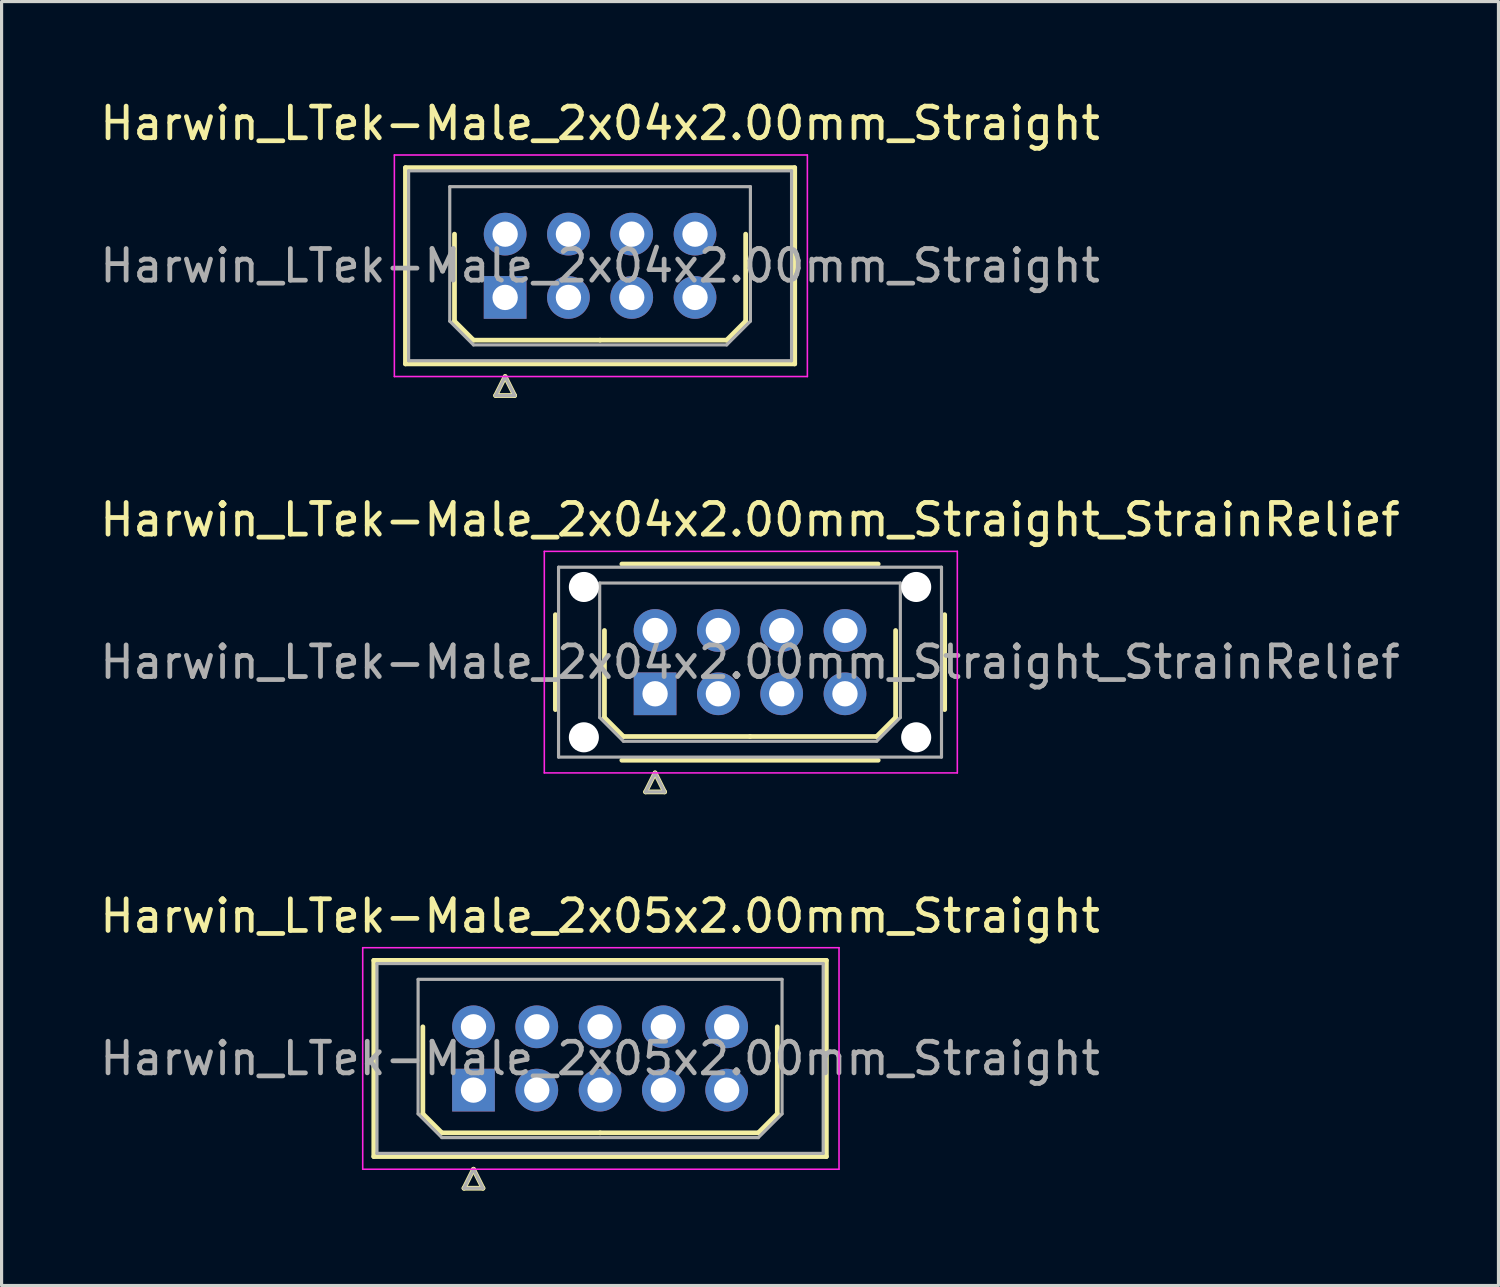
<source format=kicad_pcb>
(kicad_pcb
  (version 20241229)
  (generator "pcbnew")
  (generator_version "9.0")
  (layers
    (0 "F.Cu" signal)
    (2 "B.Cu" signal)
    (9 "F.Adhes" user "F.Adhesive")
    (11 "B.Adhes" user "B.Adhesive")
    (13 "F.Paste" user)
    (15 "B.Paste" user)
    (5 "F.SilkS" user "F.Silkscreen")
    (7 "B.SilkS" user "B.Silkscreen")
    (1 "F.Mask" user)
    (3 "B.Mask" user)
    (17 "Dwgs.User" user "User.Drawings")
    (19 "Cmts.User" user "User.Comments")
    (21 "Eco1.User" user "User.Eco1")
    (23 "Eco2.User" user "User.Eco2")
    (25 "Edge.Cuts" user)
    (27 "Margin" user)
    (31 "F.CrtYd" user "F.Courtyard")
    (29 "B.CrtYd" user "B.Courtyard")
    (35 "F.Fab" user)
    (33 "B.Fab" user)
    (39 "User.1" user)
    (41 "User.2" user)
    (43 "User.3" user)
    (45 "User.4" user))
  (footprint "Harwin_LTek-Male_2x04x2.00mm_Straight"
    (layer "F.Cu")
    (at 12.911 6.348)
    (property "Reference" "Harwin_LTek-Male_2x04x2.00mm_Straight" (at 3 -5.5 0) (layer "F.SilkS") (effects (font (size 1 1) (thickness 0.15))))
    (attr through_hole)
    (fp_line (start -3.15 -4.1) (end -3.15 2.1) (stroke (width 0.15) (type solid)) (layer "F.SilkS"))
    (fp_line (start -3.15 2.1) (end 9.15 2.1) (stroke (width 0.15) (type solid)) (layer "F.SilkS"))
    (fp_line (start -1.6 -2) (end -1.6 0.75) (stroke (width 0.15) (type solid)) (layer "F.SilkS"))
    (fp_line (start -1.6 0.75) (end -1 1.35) (stroke (width 0.15) (type solid)) (layer "F.SilkS"))
    (fp_line (start -1 1.35) (end 3 1.35) (stroke (width 0.15) (type solid)) (layer "F.SilkS"))
    (fp_line (start -0.3 3.1) (end 0.3 3.1) (stroke (width 0.15) (type solid)) (layer "F.SilkS"))
    (fp_line (start 0 2.5) (end -0.3 3.1) (stroke (width 0.15) (type solid)) (layer "F.SilkS"))
    (fp_line (start 0.3 3.1) (end 0 2.5) (stroke (width 0.15) (type solid)) (layer "F.SilkS"))
    (fp_line (start 7 1.35) (end 3 1.35) (stroke (width 0.15) (type solid)) (layer "F.SilkS"))
    (fp_line (start 7.6 -2) (end 7.6 0.75) (stroke (width 0.15) (type solid)) (layer "F.SilkS"))
    (fp_line (start 7.6 0.75) (end 7 1.35) (stroke (width 0.15) (type solid)) (layer "F.SilkS"))
    (fp_line (start 9.15 -4.1) (end -3.15 -4.1) (stroke (width 0.15) (type solid)) (layer "F.SilkS"))
    (fp_line (start 9.15 2.1) (end 9.15 -4.1) (stroke (width 0.15) (type solid)) (layer "F.SilkS"))
    (fp_line (start -3.5 -4.5) (end -3.5 2.5) (stroke (width 0.05) (type solid)) (layer "F.CrtYd"))
    (fp_line (start -3.5 2.5) (end 9.55 2.5) (stroke (width 0.05) (type solid)) (layer "F.CrtYd"))
    (fp_line (start 9.55 -4.5) (end -3.5 -4.5) (stroke (width 0.05) (type solid)) (layer "F.CrtYd"))
    (fp_line (start 9.55 2.5) (end 9.55 -4.5) (stroke (width 0.05) (type solid)) (layer "F.CrtYd"))
    (fp_line (start -3.05 -4) (end -3.05 2) (stroke (width 0.1) (type solid)) (layer "F.Fab"))
    (fp_line (start -3.05 2) (end 9.05 2) (stroke (width 0.1) (type solid)) (layer "F.Fab"))
    (fp_line (start -1.75 -3.5) (end 7.75 -3.5) (stroke (width 0.1) (type solid)) (layer "F.Fab"))
    (fp_line (start -1.75 0.75) (end -1.75 -3.5) (stroke (width 0.1) (type solid)) (layer "F.Fab"))
    (fp_line (start -1 1.5) (end -1.75 0.75) (stroke (width 0.1) (type solid)) (layer "F.Fab"))
    (fp_line (start -0.3 3.1) (end 0.3 3.1) (stroke (width 0.1) (type solid)) (layer "F.Fab"))
    (fp_line (start 0 2.5) (end -0.3 3.1) (stroke (width 0.1) (type solid)) (layer "F.Fab"))
    (fp_line (start 0.3 3.1) (end 0 2.5) (stroke (width 0.1) (type solid)) (layer "F.Fab"))
    (fp_line (start 7 1.5) (end -1 1.5) (stroke (width 0.1) (type solid)) (layer "F.Fab"))
    (fp_line (start 7.75 -3.5) (end 7.75 0.75) (stroke (width 0.1) (type solid)) (layer "F.Fab"))
    (fp_line (start 7.75 0.75) (end 7 1.5) (stroke (width 0.1) (type solid)) (layer "F.Fab"))
    (fp_line (start 9.05 -4) (end -3.05 -4) (stroke (width 0.1) (type solid)) (layer "F.Fab"))
    (fp_line (start 9.05 2) (end 9.05 -4) (stroke (width 0.1) (type solid)) (layer "F.Fab"))
    (fp_text user "${REFERENCE}" (at 3 -1 0) (layer "F.Fab") (effects (font (size 1 1) (thickness 0.15))))
    (pad "1" thru_hole rect (at 0 0) (size 1.35 1.35) (drill 0.8) (layers "*.Cu" "*.Mask"))
    (pad "2" thru_hole circle (at 2 0) (size 1.35 1.35) (drill 0.8) (layers "*.Cu" "*.Mask"))
    (pad "3" thru_hole circle (at 4 0) (size 1.35 1.35) (drill 0.8) (layers "*.Cu" "*.Mask"))
    (pad "4" thru_hole circle (at 6 0) (size 1.35 1.35) (drill 0.8) (layers "*.Cu" "*.Mask"))
    (pad "5" thru_hole circle (at 0 -2) (size 1.35 1.35) (drill 0.8) (layers "*.Cu" "*.Mask"))
    (pad "6" thru_hole circle (at 2 -2) (size 1.35 1.35) (drill 0.8) (layers "*.Cu" "*.Mask"))
    (pad "7" thru_hole circle (at 4 -2) (size 1.35 1.35) (drill 0.8) (layers "*.Cu" "*.Mask"))
    (pad "8" thru_hole circle (at 6 -2) (size 1.35 1.35) (drill 0.8) (layers "*.Cu" "*.Mask")))
  (footprint "Harwin_LTek-Male_2x05x2.00mm_Straight"
    (layer "F.Cu")
    (at 11.911 31.395)
    (property "Reference" "Harwin_LTek-Male_2x05x2.00mm_Straight" (at 4 -5.5 0) (layer "F.SilkS") (effects (font (size 1 1) (thickness 0.15))))
    (attr through_hole)
    (fp_line (start -3.15 -4.1) (end -3.15 2.1) (stroke (width 0.15) (type solid)) (layer "F.SilkS"))
    (fp_line (start -3.15 2.1) (end 11.15 2.1) (stroke (width 0.15) (type solid)) (layer "F.SilkS"))
    (fp_line (start -1.6 -2) (end -1.6 0.75) (stroke (width 0.15) (type solid)) (layer "F.SilkS"))
    (fp_line (start -1.6 0.75) (end -1 1.35) (stroke (width 0.15) (type solid)) (layer "F.SilkS"))
    (fp_line (start -1 1.35) (end 4 1.35) (stroke (width 0.15) (type solid)) (layer "F.SilkS"))
    (fp_line (start -0.3 3.1) (end 0.3 3.1) (stroke (width 0.15) (type solid)) (layer "F.SilkS"))
    (fp_line (start 0 2.5) (end -0.3 3.1) (stroke (width 0.15) (type solid)) (layer "F.SilkS"))
    (fp_line (start 0.3 3.1) (end 0 2.5) (stroke (width 0.15) (type solid)) (layer "F.SilkS"))
    (fp_line (start 9 1.35) (end 4 1.35) (stroke (width 0.15) (type solid)) (layer "F.SilkS"))
    (fp_line (start 9.6 -2) (end 9.6 0.75) (stroke (width 0.15) (type solid)) (layer "F.SilkS"))
    (fp_line (start 9.6 0.75) (end 9 1.35) (stroke (width 0.15) (type solid)) (layer "F.SilkS"))
    (fp_line (start 11.15 -4.1) (end -3.15 -4.1) (stroke (width 0.15) (type solid)) (layer "F.SilkS"))
    (fp_line (start 11.15 2.1) (end 11.15 -4.1) (stroke (width 0.15) (type solid)) (layer "F.SilkS"))
    (fp_line (start -3.5 -4.5) (end -3.5 2.5) (stroke (width 0.05) (type solid)) (layer "F.CrtYd"))
    (fp_line (start -3.5 2.5) (end 11.55 2.5) (stroke (width 0.05) (type solid)) (layer "F.CrtYd"))
    (fp_line (start 11.55 -4.5) (end -3.5 -4.5) (stroke (width 0.05) (type solid)) (layer "F.CrtYd"))
    (fp_line (start 11.55 2.5) (end 11.55 -4.5) (stroke (width 0.05) (type solid)) (layer "F.CrtYd"))
    (fp_line (start -3.05 -4) (end -3.05 2) (stroke (width 0.1) (type solid)) (layer "F.Fab"))
    (fp_line (start -3.05 2) (end 11.05 2) (stroke (width 0.1) (type solid)) (layer "F.Fab"))
    (fp_line (start -1.75 -3.5) (end 9.75 -3.5) (stroke (width 0.1) (type solid)) (layer "F.Fab"))
    (fp_line (start -1.75 0.75) (end -1.75 -3.5) (stroke (width 0.1) (type solid)) (layer "F.Fab"))
    (fp_line (start -1 1.5) (end -1.75 0.75) (stroke (width 0.1) (type solid)) (layer "F.Fab"))
    (fp_line (start -0.3 3.1) (end 0.3 3.1) (stroke (width 0.1) (type solid)) (layer "F.Fab"))
    (fp_line (start 0 2.5) (end -0.3 3.1) (stroke (width 0.1) (type solid)) (layer "F.Fab"))
    (fp_line (start 0.3 3.1) (end 0 2.5) (stroke (width 0.1) (type solid)) (layer "F.Fab"))
    (fp_line (start 9 1.5) (end -1 1.5) (stroke (width 0.1) (type solid)) (layer "F.Fab"))
    (fp_line (start 9.75 -3.5) (end 9.75 0.75) (stroke (width 0.1) (type solid)) (layer "F.Fab"))
    (fp_line (start 9.75 0.75) (end 9 1.5) (stroke (width 0.1) (type solid)) (layer "F.Fab"))
    (fp_line (start 11.05 -4) (end -3.05 -4) (stroke (width 0.1) (type solid)) (layer "F.Fab"))
    (fp_line (start 11.05 2) (end 11.05 -4) (stroke (width 0.1) (type solid)) (layer "F.Fab"))
    (fp_text user "${REFERENCE}" (at 4 -1 0) (layer "F.Fab") (effects (font (size 1 1) (thickness 0.15))))
    (pad "1" thru_hole rect (at 0 0) (size 1.35 1.35) (drill 0.8) (layers "*.Cu" "*.Mask"))
    (pad "2" thru_hole circle (at 2 0) (size 1.35 1.35) (drill 0.8) (layers "*.Cu" "*.Mask"))
    (pad "3" thru_hole circle (at 4 0) (size 1.35 1.35) (drill 0.8) (layers "*.Cu" "*.Mask"))
    (pad "4" thru_hole circle (at 6 0) (size 1.35 1.35) (drill 0.8) (layers "*.Cu" "*.Mask"))
    (pad "5" thru_hole circle (at 8 0) (size 1.35 1.35) (drill 0.8) (layers "*.Cu" "*.Mask"))
    (pad "6" thru_hole circle (at 0 -2) (size 1.35 1.35) (drill 0.8) (layers "*.Cu" "*.Mask"))
    (pad "7" thru_hole circle (at 2 -2) (size 1.35 1.35) (drill 0.8) (layers "*.Cu" "*.Mask"))
    (pad "8" thru_hole circle (at 4 -2) (size 1.35 1.35) (drill 0.8) (layers "*.Cu" "*.Mask"))
    (pad "9" thru_hole circle (at 6 -2) (size 1.35 1.35) (drill 0.8) (layers "*.Cu" "*.Mask"))
    (pad "10" thru_hole circle (at 8 -2) (size 1.35 1.35) (drill 0.8) (layers "*.Cu" "*.Mask")))
  (footprint "Harwin_LTek-Male_2x04x2.00mm_Straight_StrainRelief"
    (layer "F.Cu")
    (at 17.649 18.872)
    (property "Reference" "Harwin_LTek-Male_2x04x2.00mm_Straight_StrainRelief" (at 3 -5.5 0) (layer "F.SilkS") (effects (font (size 1 1) (thickness 0.15))))
    (attr through_hole)
    (fp_line (start -3.15 -2.5) (end -3.15 0.5) (stroke (width 0.15) (type solid)) (layer "F.SilkS"))
    (fp_line (start -1.6 -2) (end -1.6 0.75) (stroke (width 0.15) (type solid)) (layer "F.SilkS"))
    (fp_line (start -1.6 0.75) (end -1 1.35) (stroke (width 0.15) (type solid)) (layer "F.SilkS"))
    (fp_line (start -1.05 -4.1) (end 7.05 -4.1) (stroke (width 0.15) (type solid)) (layer "F.SilkS"))
    (fp_line (start -1.05 2.1) (end 7.05 2.1) (stroke (width 0.15) (type solid)) (layer "F.SilkS"))
    (fp_line (start -1 1.35) (end 3 1.35) (stroke (width 0.15) (type solid)) (layer "F.SilkS"))
    (fp_line (start -0.3 3.1) (end 0.3 3.1) (stroke (width 0.15) (type solid)) (layer "F.SilkS"))
    (fp_line (start 0 2.5) (end -0.3 3.1) (stroke (width 0.15) (type solid)) (layer "F.SilkS"))
    (fp_line (start 0.3 3.1) (end 0 2.5) (stroke (width 0.15) (type solid)) (layer "F.SilkS"))
    (fp_line (start 7 1.35) (end 3 1.35) (stroke (width 0.15) (type solid)) (layer "F.SilkS"))
    (fp_line (start 7.6 -2) (end 7.6 0.75) (stroke (width 0.15) (type solid)) (layer "F.SilkS"))
    (fp_line (start 7.6 0.75) (end 7 1.35) (stroke (width 0.15) (type solid)) (layer "F.SilkS"))
    (fp_line (start 9.15 -2.5) (end 9.15 0.5) (stroke (width 0.15) (type solid)) (layer "F.SilkS"))
    (fp_line (start -3.5 -4.5) (end -3.5 2.5) (stroke (width 0.05) (type solid)) (layer "F.CrtYd"))
    (fp_line (start -3.5 2.5) (end 9.55 2.5) (stroke (width 0.05) (type solid)) (layer "F.CrtYd"))
    (fp_line (start 9.55 -4.5) (end -3.5 -4.5) (stroke (width 0.05) (type solid)) (layer "F.CrtYd"))
    (fp_line (start 9.55 2.5) (end 9.55 -4.5) (stroke (width 0.05) (type solid)) (layer "F.CrtYd"))
    (fp_line (start -3.05 -4) (end -3.05 2) (stroke (width 0.1) (type solid)) (layer "F.Fab"))
    (fp_line (start -3.05 2) (end 9.05 2) (stroke (width 0.1) (type solid)) (layer "F.Fab"))
    (fp_line (start -1.75 -3.5) (end 7.75 -3.5) (stroke (width 0.1) (type solid)) (layer "F.Fab"))
    (fp_line (start -1.75 0.75) (end -1.75 -3.5) (stroke (width 0.1) (type solid)) (layer "F.Fab"))
    (fp_line (start -1 1.5) (end -1.75 0.75) (stroke (width 0.1) (type solid)) (layer "F.Fab"))
    (fp_line (start -0.3 3.1) (end 0.3 3.1) (stroke (width 0.1) (type solid)) (layer "F.Fab"))
    (fp_line (start 0 2.5) (end -0.3 3.1) (stroke (width 0.1) (type solid)) (layer "F.Fab"))
    (fp_line (start 0.3 3.1) (end 0 2.5) (stroke (width 0.1) (type solid)) (layer "F.Fab"))
    (fp_line (start 7 1.5) (end -1 1.5) (stroke (width 0.1) (type solid)) (layer "F.Fab"))
    (fp_line (start 7.75 -3.5) (end 7.75 0.75) (stroke (width 0.1) (type solid)) (layer "F.Fab"))
    (fp_line (start 7.75 0.75) (end 7 1.5) (stroke (width 0.1) (type solid)) (layer "F.Fab"))
    (fp_line (start 9.05 -4) (end -3.05 -4) (stroke (width 0.1) (type solid)) (layer "F.Fab"))
    (fp_line (start 9.05 2) (end 9.05 -4) (stroke (width 0.1) (type solid)) (layer "F.Fab"))
    (fp_text user "${REFERENCE}" (at 3 -1 0) (layer "F.Fab") (effects (font (size 1 1) (thickness 0.15))))
    (pad "" np_thru_hole circle (at -2.25 -3.375) (size 0.95 0.95) (drill 0.95) (layers "*.Cu" "*.Mask"))
    (pad "" np_thru_hole circle (at -2.25 1.375) (size 0.95 0.95) (drill 0.95) (layers "*.Cu" "*.Mask"))
    (pad "" np_thru_hole circle (at 8.25 -3.375) (size 0.95 0.95) (drill 0.95) (layers "*.Cu" "*.Mask"))
    (pad "" np_thru_hole circle (at 8.25 1.375) (size 0.95 0.95) (drill 0.95) (layers "*.Cu" "*.Mask"))
    (pad "1" thru_hole rect (at 0 0) (size 1.35 1.35) (drill 0.8) (layers "*.Cu" "*.Mask"))
    (pad "2" thru_hole circle (at 2 0) (size 1.35 1.35) (drill 0.8) (layers "*.Cu" "*.Mask"))
    (pad "3" thru_hole circle (at 4 0) (size 1.35 1.35) (drill 0.8) (layers "*.Cu" "*.Mask"))
    (pad "4" thru_hole circle (at 6 0) (size 1.35 1.35) (drill 0.8) (layers "*.Cu" "*.Mask"))
    (pad "5" thru_hole circle (at 0 -2) (size 1.35 1.35) (drill 0.8) (layers "*.Cu" "*.Mask"))
    (pad "6" thru_hole circle (at 2 -2) (size 1.35 1.35) (drill 0.8) (layers "*.Cu" "*.Mask"))
    (pad "7" thru_hole circle (at 4 -2) (size 1.35 1.35) (drill 0.8) (layers "*.Cu" "*.Mask"))
    (pad "8" thru_hole circle (at 6 -2) (size 1.35 1.35) (drill 0.8) (layers "*.Cu" "*.Mask")))
  (gr_rect
    (start -3 -3)
    (end 44.298 37.57)
    (stroke (width 0.1) (type default))
    (fill no)
    (layer "Edge.Cuts")))
</source>
